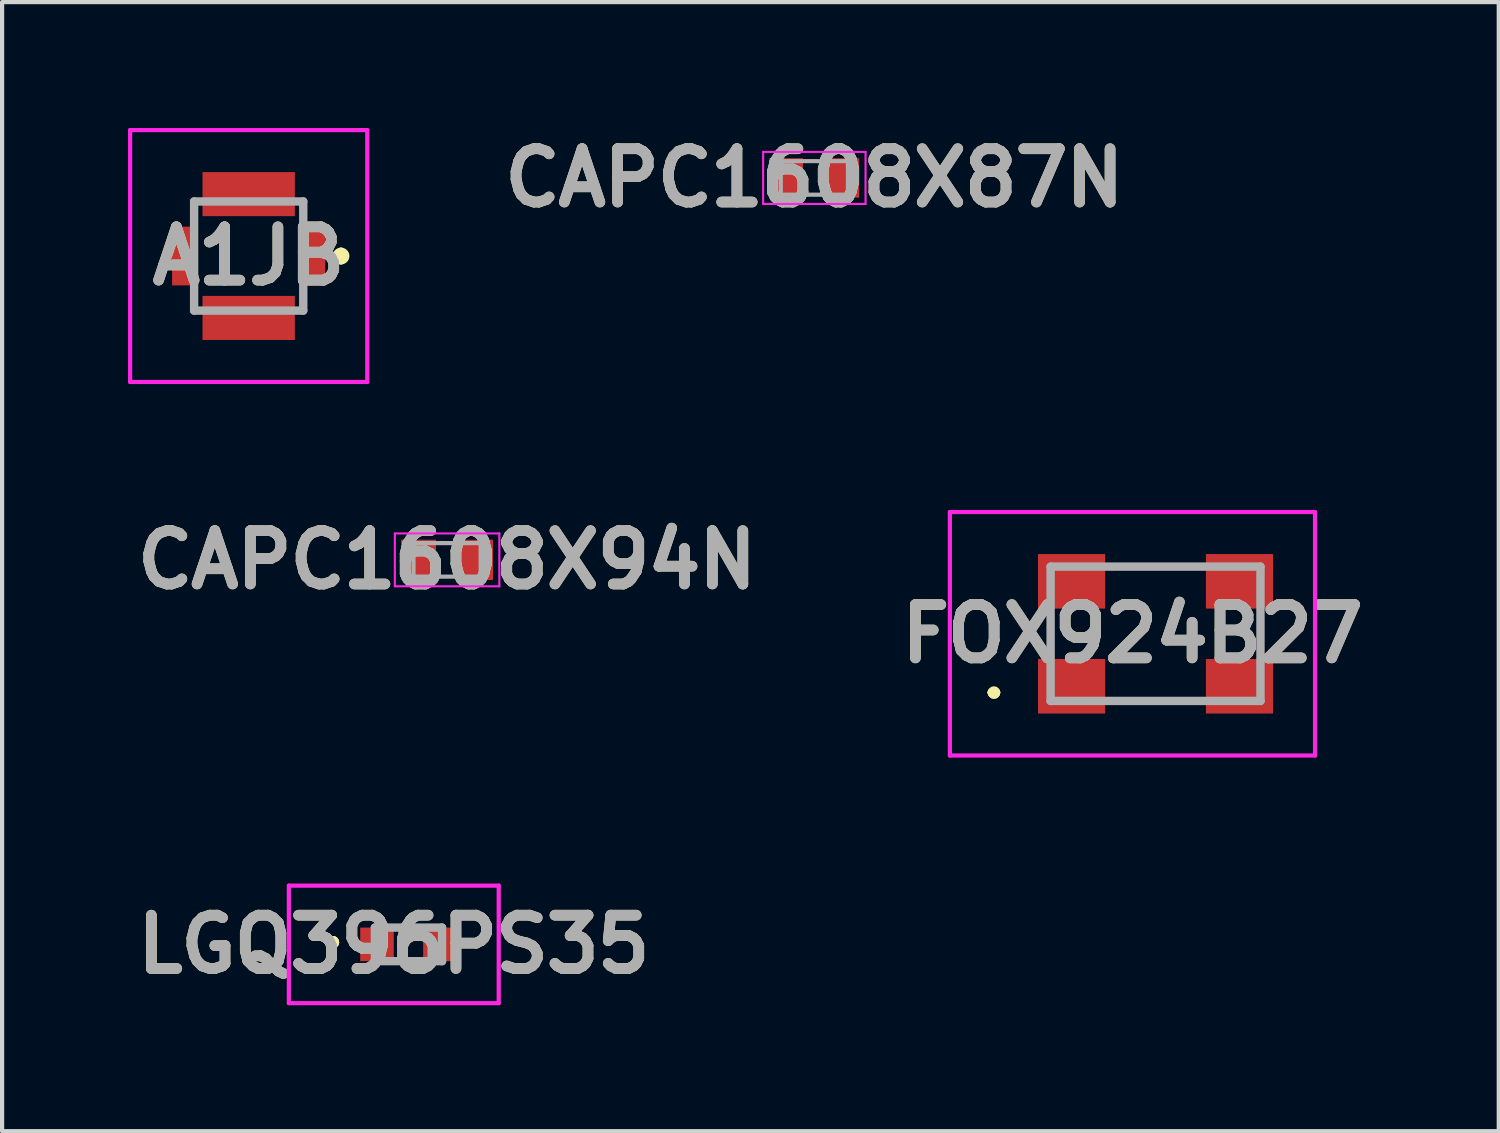
<source format=kicad_pcb>
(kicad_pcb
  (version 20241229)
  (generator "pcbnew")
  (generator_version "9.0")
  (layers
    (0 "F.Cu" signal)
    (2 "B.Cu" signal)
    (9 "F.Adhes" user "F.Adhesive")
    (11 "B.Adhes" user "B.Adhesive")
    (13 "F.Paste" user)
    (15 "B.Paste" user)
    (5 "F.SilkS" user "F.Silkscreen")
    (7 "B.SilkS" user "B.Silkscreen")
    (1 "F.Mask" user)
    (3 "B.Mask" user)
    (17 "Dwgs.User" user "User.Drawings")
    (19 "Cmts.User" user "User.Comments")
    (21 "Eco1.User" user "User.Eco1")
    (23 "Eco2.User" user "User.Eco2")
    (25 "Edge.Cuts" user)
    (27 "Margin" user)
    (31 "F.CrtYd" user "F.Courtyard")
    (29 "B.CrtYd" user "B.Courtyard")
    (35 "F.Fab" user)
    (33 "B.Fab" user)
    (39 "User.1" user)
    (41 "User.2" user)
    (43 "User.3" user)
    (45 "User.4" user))
  (footprint "CAPC1608X87N"
    (layer "F.Cu")
    (at 16.352 1.189)
    (property "Reference" "CAPC1608X87N" (at 0 0 0) (layer "F.SilkS") (effects (font (size 1.27 1.27) (thickness 0.254))))
    (attr smd)
    (fp_line (start -1.22 -0.62) (end 1.22 -0.62) (stroke (width 0.05) (type solid)) (layer "F.CrtYd"))
    (fp_line (start -1.22 0.62) (end -1.22 -0.62) (stroke (width 0.05) (type solid)) (layer "F.CrtYd"))
    (fp_line (start 1.22 -0.62) (end 1.22 0.62) (stroke (width 0.05) (type solid)) (layer "F.CrtYd"))
    (fp_line (start 1.22 0.62) (end -1.22 0.62) (stroke (width 0.05) (type solid)) (layer "F.CrtYd"))
    (fp_line (start -0.8 -0.4) (end 0.8 -0.4) (stroke (width 0.1) (type solid)) (layer "F.Fab"))
    (fp_line (start -0.8 0.4) (end -0.8 -0.4) (stroke (width 0.1) (type solid)) (layer "F.Fab"))
    (fp_line (start 0.8 -0.4) (end 0.8 0.4) (stroke (width 0.1) (type solid)) (layer "F.Fab"))
    (fp_line (start 0.8 0.4) (end -0.8 0.4) (stroke (width 0.1) (type solid)) (layer "F.Fab"))
    (fp_text user "${REFERENCE}" (at 0 0 0) (layer "F.Fab") (effects (font (size 1.27 1.27) (thickness 0.254))))
    (pad "1" smd rect (at -0.67 0) (size 0.8 0.94) (layers "F.Cu" "F.Mask" "F.Paste"))
    (pad "2" smd rect (at 0.67 0) (size 0.8 0.94) (layers "F.Cu" "F.Mask" "F.Paste")))
  (footprint "FOX924B27"
    (layer "F.Cu")
    (at 24.481 12.05)
    (property "Reference" "FOX924B27" (at -0.55 0 0) (layer "F.SilkS") (effects (font (size 1.27 1.27) (thickness 0.254))))
    (attr smd)
    (fp_line (start -3.9 1.4) (end -3.9 1.4) (stroke (width 0.2) (type solid)) (layer "F.SilkS"))
    (fp_line (start -3.9 1.4) (end -3.9 1.4) (stroke (width 0.2) (type solid)) (layer "F.SilkS"))
    (fp_line (start -3.8 1.4) (end -3.8 1.4) (stroke (width 0.2) (type solid)) (layer "F.SilkS"))
    (fp_line (start -2.5 -0.25) (end -2.5 -0.25) (stroke (width 0.1) (type solid)) (layer "F.SilkS"))
    (fp_line (start -2.5 -0.25) (end -2.5 0.25) (stroke (width 0.1) (type solid)) (layer "F.SilkS"))
    (fp_line (start -2.5 0.25) (end -2.5 -0.25) (stroke (width 0.1) (type solid)) (layer "F.SilkS"))
    (fp_line (start -2.5 0.25) (end -2.5 0.25) (stroke (width 0.1) (type solid)) (layer "F.SilkS"))
    (fp_line (start -0.5 -1.6) (end -0.5 -1.6) (stroke (width 0.1) (type solid)) (layer "F.SilkS"))
    (fp_line (start -0.5 -1.6) (end 0.5 -1.6) (stroke (width 0.1) (type solid)) (layer "F.SilkS"))
    (fp_line (start -0.5 1.6) (end -0.5 1.6) (stroke (width 0.1) (type solid)) (layer "F.SilkS"))
    (fp_line (start -0.5 1.6) (end 0.5 1.6) (stroke (width 0.1) (type solid)) (layer "F.SilkS"))
    (fp_line (start 0.5 -1.6) (end -0.5 -1.6) (stroke (width 0.1) (type solid)) (layer "F.SilkS"))
    (fp_line (start 0.5 -1.6) (end 0.5 -1.6) (stroke (width 0.1) (type solid)) (layer "F.SilkS"))
    (fp_line (start 0.5 1.6) (end -0.5 1.6) (stroke (width 0.1) (type solid)) (layer "F.SilkS"))
    (fp_line (start 0.5 1.6) (end 0.5 1.6) (stroke (width 0.1) (type solid)) (layer "F.SilkS"))
    (fp_line (start 2.5 -0.25) (end 2.5 -0.25) (stroke (width 0.1) (type solid)) (layer "F.SilkS"))
    (fp_line (start 2.5 -0.25) (end 2.5 0.25) (stroke (width 0.1) (type solid)) (layer "F.SilkS"))
    (fp_line (start 2.5 0.25) (end 2.5 -0.25) (stroke (width 0.1) (type solid)) (layer "F.SilkS"))
    (fp_line (start 2.5 0.25) (end 2.5 0.25) (stroke (width 0.1) (type solid)) (layer "F.SilkS"))
    (fp_arc (start -3.9 1.4) (mid -3.85 1.35) (end -3.8 1.4) (stroke (width 0.2) (type solid)) (layer "F.SilkS"))
    (fp_arc (start -3.8 1.4) (mid -3.85 1.45) (end -3.9 1.4) (stroke (width 0.2) (type solid)) (layer "F.SilkS"))
    (fp_arc (start -3.8 1.4) (mid -3.85 1.45) (end -3.9 1.4) (stroke (width 0.2) (type solid)) (layer "F.SilkS"))
    (fp_line (start -4.9 -2.9) (end 3.8 -2.9) (stroke (width 0.1) (type solid)) (layer "F.CrtYd"))
    (fp_line (start -4.9 2.9) (end -4.9 -2.9) (stroke (width 0.1) (type solid)) (layer "F.CrtYd"))
    (fp_line (start 3.8 -2.9) (end 3.8 2.9) (stroke (width 0.1) (type solid)) (layer "F.CrtYd"))
    (fp_line (start 3.8 2.9) (end -4.9 2.9) (stroke (width 0.1) (type solid)) (layer "F.CrtYd"))
    (fp_line (start -2.5 -1.6) (end -2.5 1.6) (stroke (width 0.2) (type solid)) (layer "F.Fab"))
    (fp_line (start -2.5 1.6) (end 2.5 1.6) (stroke (width 0.2) (type solid)) (layer "F.Fab"))
    (fp_line (start 2.5 -1.6) (end -2.5 -1.6) (stroke (width 0.2) (type solid)) (layer "F.Fab"))
    (fp_line (start 2.5 1.6) (end 2.5 -1.6) (stroke (width 0.2) (type solid)) (layer "F.Fab"))
    (fp_text user "${REFERENCE}" (at -0.55 0 0) (layer "F.Fab") (effects (font (size 1.27 1.27) (thickness 0.254))))
    (pad "1" smd rect (at -2 1.25 90) (size 1.3 1.6) (layers "F.Cu" "F.Mask" "F.Paste"))
    (pad "2" smd rect (at 2 1.25 90) (size 1.3 1.6) (layers "F.Cu" "F.Mask" "F.Paste"))
    (pad "3" smd rect (at 2 -1.25 90) (size 1.3 1.6) (layers "F.Cu" "F.Mask" "F.Paste"))
    (pad "4" smd rect (at -2 -1.25 90) (size 1.3 1.6) (layers "F.Cu" "F.Mask" "F.Paste")))
  (footprint "A1JB"
    (layer "F.Cu")
    (at 2.875 3.05)
    (property "Reference" "A1JB" (at 0 0 0) (layer "F.SilkS") (effects (font (size 1.27 1.27) (thickness 0.254))))
    (attr smd)
    (fp_line (start 2.2 -0.1) (end 2.2 -0.1) (stroke (width 0.2) (type solid)) (layer "F.SilkS"))
    (fp_line (start 2.2 0.1) (end 2.2 0.1) (stroke (width 0.2) (type solid)) (layer "F.SilkS"))
    (fp_arc (start 2.2 -0.1) (mid 2.3 0) (end 2.2 0.1) (stroke (width 0.2) (type solid)) (layer "F.SilkS"))
    (fp_arc (start 2.2 0.1) (mid 2.1 0) (end 2.2 -0.1) (stroke (width 0.2) (type solid)) (layer "F.SilkS"))
    (fp_line (start -2.825 -3) (end 2.825 -3) (stroke (width 0.1) (type solid)) (layer "F.CrtYd"))
    (fp_line (start -2.825 3) (end -2.825 -3) (stroke (width 0.1) (type solid)) (layer "F.CrtYd"))
    (fp_line (start 2.825 -3) (end 2.825 3) (stroke (width 0.1) (type solid)) (layer "F.CrtYd"))
    (fp_line (start 2.825 3) (end -2.825 3) (stroke (width 0.1) (type solid)) (layer "F.CrtYd"))
    (fp_line (start -1.3 -1.3) (end 1.3 -1.3) (stroke (width 0.2) (type solid)) (layer "F.Fab"))
    (fp_line (start -1.3 1.3) (end -1.3 -1.3) (stroke (width 0.2) (type solid)) (layer "F.Fab"))
    (fp_line (start 1.3 -1.3) (end 1.3 1.3) (stroke (width 0.2) (type solid)) (layer "F.Fab"))
    (fp_line (start 1.3 1.3) (end -1.3 1.3) (stroke (width 0.2) (type solid)) (layer "F.Fab"))
    (fp_text user "${REFERENCE}" (at 0 0 0) (layer "F.Fab") (effects (font (size 1.27 1.27) (thickness 0.254))))
    (pad "1" smd rect (at 1.525 0) (size 0.6 1.4) (layers "F.Cu" "F.Mask" "F.Paste"))
    (pad "2" smd rect (at 0 -1.475 90) (size 1.05 2.2) (layers "F.Cu" "F.Mask" "F.Paste"))
    (pad "3" smd rect (at -1.525 0) (size 0.6 1.4) (layers "F.Cu" "F.Mask" "F.Paste"))
    (pad "4" smd rect (at 0 1.475 90) (size 1.05 2.2) (layers "F.Cu" "F.Mask" "F.Paste")))
  (footprint "CAPC1608X94N"
    (layer "F.Cu")
    (at 7.602 10.289)
    (property "Reference" "CAPC1608X94N" (at 0 0 0) (layer "F.SilkS") (effects (font (size 1.27 1.27) (thickness 0.254))))
    (attr smd)
    (fp_line (start -1.245 -0.63) (end 1.245 -0.63) (stroke (width 0.05) (type solid)) (layer "F.CrtYd"))
    (fp_line (start -1.245 0.63) (end -1.245 -0.63) (stroke (width 0.05) (type solid)) (layer "F.CrtYd"))
    (fp_line (start 1.245 -0.63) (end 1.245 0.63) (stroke (width 0.05) (type solid)) (layer "F.CrtYd"))
    (fp_line (start 1.245 0.63) (end -1.245 0.63) (stroke (width 0.05) (type solid)) (layer "F.CrtYd"))
    (fp_line (start -0.8 -0.4) (end 0.8 -0.4) (stroke (width 0.1) (type solid)) (layer "F.Fab"))
    (fp_line (start -0.8 0.4) (end -0.8 -0.4) (stroke (width 0.1) (type solid)) (layer "F.Fab"))
    (fp_line (start 0.8 -0.4) (end 0.8 0.4) (stroke (width 0.1) (type solid)) (layer "F.Fab"))
    (fp_line (start 0.8 0.4) (end -0.8 0.4) (stroke (width 0.1) (type solid)) (layer "F.Fab"))
    (fp_text user "${REFERENCE}" (at 0 0 0) (layer "F.Fab") (effects (font (size 1.27 1.27) (thickness 0.254))))
    (pad "1" smd rect (at -0.68 0) (size 0.83 0.96) (layers "F.Cu" "F.Mask" "F.Paste"))
    (pad "2" smd rect (at 0.68 0) (size 0.83 0.96) (layers "F.Cu" "F.Mask" "F.Paste")))
  (footprint "LGQ396PS35"
    (layer "F.Cu")
    (at 6.682 19.45)
    (property "Reference" "LGQ396PS35" (at -0.35 0 0) (layer "F.SilkS") (effects (font (size 1.27 1.27) (thickness 0.254))))
    (attr smd)
    (fp_line (start -1.8 -0.1) (end -1.8 -0.1) (stroke (width 0.2) (type solid)) (layer "F.SilkS"))
    (fp_line (start -1.8 0) (end -1.8 0) (stroke (width 0.2) (type solid)) (layer "F.SilkS"))
    (fp_line (start -1.8 0) (end -1.8 0) (stroke (width 0.2) (type solid)) (layer "F.SilkS"))
    (fp_arc (start -1.8 -0.1) (mid -1.75 -0.05) (end -1.8 0) (stroke (width 0.2) (type solid)) (layer "F.SilkS"))
    (fp_arc (start -1.8 -0.1) (mid -1.75 -0.05) (end -1.8 0) (stroke (width 0.2) (type solid)) (layer "F.SilkS"))
    (fp_arc (start -1.8 0) (mid -1.85 -0.05) (end -1.8 -0.1) (stroke (width 0.2) (type solid)) (layer "F.SilkS"))
    (fp_line (start -2.85 -1.4) (end 2.15 -1.4) (stroke (width 0.1) (type solid)) (layer "F.CrtYd"))
    (fp_line (start -2.85 1.4) (end -2.85 -1.4) (stroke (width 0.1) (type solid)) (layer "F.CrtYd"))
    (fp_line (start 2.15 -1.4) (end 2.15 1.4) (stroke (width 0.1) (type solid)) (layer "F.CrtYd"))
    (fp_line (start 2.15 1.4) (end -2.85 1.4) (stroke (width 0.1) (type solid)) (layer "F.CrtYd"))
    (fp_line (start -0.8 -0.4) (end -0.8 0.4) (stroke (width 0.2) (type solid)) (layer "F.Fab"))
    (fp_line (start -0.8 0.4) (end 0.8 0.4) (stroke (width 0.2) (type solid)) (layer "F.Fab"))
    (fp_line (start 0.8 -0.4) (end -0.8 -0.4) (stroke (width 0.2) (type solid)) (layer "F.Fab"))
    (fp_line (start 0.8 0.4) (end 0.8 -0.4) (stroke (width 0.2) (type solid)) (layer "F.Fab"))
    (fp_text user "${REFERENCE}" (at -0.35 0 0) (layer "F.Fab") (effects (font (size 1.27 1.27) (thickness 0.254))))
    (pad "1" smd rect (at -0.75 0 90) (size 0.8 0.8) (layers "F.Cu" "F.Mask" "F.Paste"))
    (pad "2" smd rect (at 0.75 0 90) (size 0.8 0.8) (layers "F.Cu" "F.Mask" "F.Paste")))
  (gr_rect
    (start -3 -3)
    (end 32.658 23.9)
    (stroke (width 0.1) (type default))
    (fill no)
    (layer "Edge.Cuts")))
</source>
